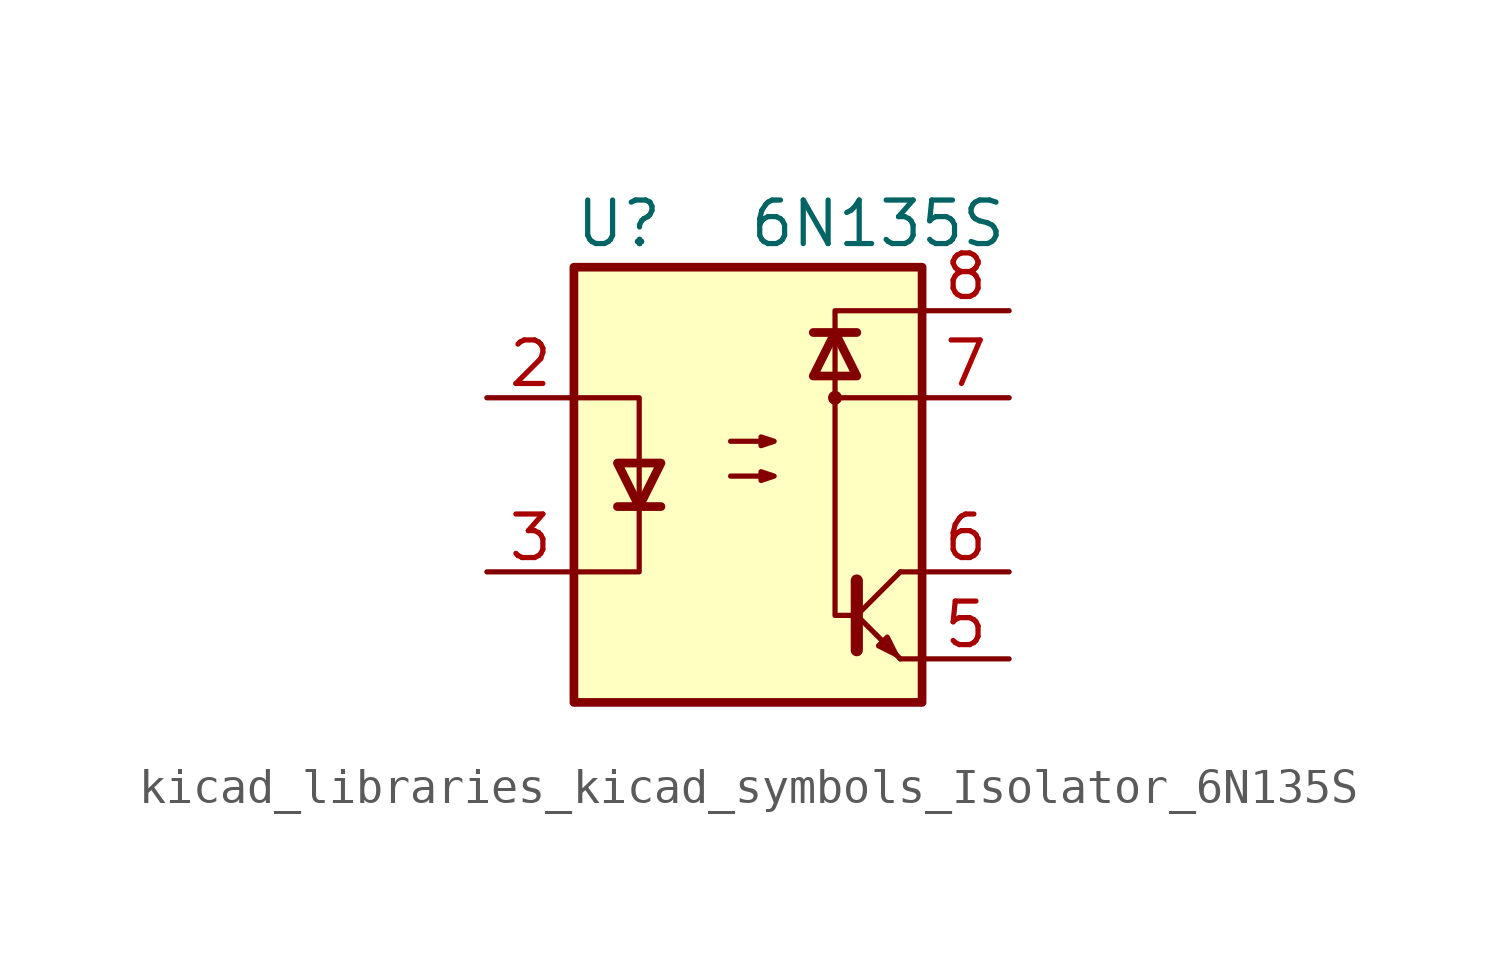
<source format=kicad_sym>
(kicad_symbol_lib
  (version 20220914)
  (generator kicad_symbol_editor)
  (symbol "kicad_libraries_kicad_symbols_Isolator_6N135S"
    (pin_names
      (offset 1.016))
    (property "Reference" "U"
      (at -5.08 7.62 0)
      (effects (font (size 1.27 1.27)) (justify left)))
    (property "Value" "6N135S"
      (at 0 7.62 0)
      (effects (font (size 1.27 1.27)) (justify left)))
    (symbol "kicad_libraries_kicad_symbols_Isolator_6N135S_0_1"
      (rectangle (start -5.08 6.35) (end 5.08 -6.35) (stroke (width 0.254) (type default)) (fill (type background)))
      (polyline (pts (xy -3.81 -0.635) (xy -2.54 -0.635)) (stroke (width 0.254) (type default)) (fill (type none)))
      (polyline (pts (xy 1.905 4.445) (xy 3.175 4.445)) (stroke (width 0.254) (type default)) (fill (type none)))
      (polyline (pts (xy 3.175 -2.794) (xy 3.175 -4.826)) (stroke (width 0.356) (type default)) (fill (type none)))
      (polyline (pts (xy 3.302 -3.937) (xy 4.445 -5.08)) (stroke (width 0) (type default)) (fill (type none)))
      (polyline (pts (xy 3.302 -3.683) (xy 4.445 -2.54)) (stroke (width 0) (type default)) (fill (type none)))
      (polyline (pts (xy 5.08 -5.08) (xy 4.445 -5.08)) (stroke (width 0) (type default)) (fill (type none)))
      (polyline (pts (xy 5.08 -2.54) (xy 4.445 -2.54)) (stroke (width 0) (type default)) (fill (type none)))
      (polyline (pts (xy 5.08 2.54) (xy 2.54 2.54)) (stroke (width 0) (type default)) (fill (type none)))
      (polyline (pts (xy -5.08 2.54) (xy -3.175 2.54) (xy -3.175 -2.54) (xy -5.08 -2.54)) (stroke (width 0) (type default)) (fill (type none)))
      (polyline (pts (xy -3.175 -0.635) (xy -3.81 0.635) (xy -2.54 0.635) (xy -3.175 -0.635)) (stroke (width 0.254) (type default)) (fill (type none)))
      (polyline (pts (xy 2.54 4.445) (xy 1.905 3.175) (xy 3.175 3.175) (xy 2.54 4.445)) (stroke (width 0.254) (type default)) (fill (type none)))
      (polyline (pts (xy 4.318 -4.953) (xy 4.064 -4.445) (xy 3.81 -4.699) (xy 4.318 -4.953)) (stroke (width 0) (type default)) (fill (type none)))
      (polyline (pts (xy 5.08 5.08) (xy 2.54 5.08) (xy 2.54 -3.81) (xy 3.175 -3.81)) (stroke (width 0) (type default)) (fill (type none)))
      (polyline (pts (xy -0.508 0.254) (xy 0.762 0.254) (xy 0.381 0.127) (xy 0.381 0.381) (xy 0.762 0.254)) (stroke (width 0) (type default)) (fill (type none)))
      (polyline (pts (xy -0.508 1.27) (xy 0.762 1.27) (xy 0.381 1.143) (xy 0.381 1.397) (xy 0.762 1.27)) (stroke (width 0) (type default)) (fill (type none)))
      (circle (center 2.54 2.54) (radius 0.127) (stroke (width 0) (type default)) (fill (type none))))
    (symbol "kicad_libraries_kicad_symbols_Isolator_6N135S_1_1"
      (pin no_connect line (at -5.08 5.08 0) (length 2.54) hide (name "NC" (effects (font (size 1.27 1.27)))) (number "1" (effects (font (size 1.27 1.27)))))
      (pin passive line (at -7.62 2.54 0) (length 2.54) (name "~" (effects (font (size 1.27 1.27)))) (number "2" (effects (font (size 1.27 1.27)))))
      (pin passive line (at -7.62 -2.54 0) (length 2.54) (name "~" (effects (font (size 1.27 1.27)))) (number "3" (effects (font (size 1.27 1.27)))))
      (pin no_connect line (at -5.08 -5.08 0) (length 2.54) hide (name "NC" (effects (font (size 1.27 1.27)))) (number "4" (effects (font (size 1.27 1.27)))))
      (pin passive line (at 7.62 -5.08 180) (length 2.54) (name "~" (effects (font (size 1.27 1.27)))) (number "5" (effects (font (size 1.27 1.27)))))
      (pin passive line (at 7.62 -2.54 180) (length 2.54) (name "~" (effects (font (size 1.27 1.27)))) (number "6" (effects (font (size 1.27 1.27)))))
      (pin passive line (at 7.62 2.54 180) (length 2.54) (name "~" (effects (font (size 1.27 1.27)))) (number "7" (effects (font (size 1.27 1.27)))))
      (pin passive line (at 7.62 5.08 180) (length 2.54) (name "~" (effects (font (size 1.27 1.27)))) (number "8" (effects (font (size 1.27 1.27))))))))
</source>
